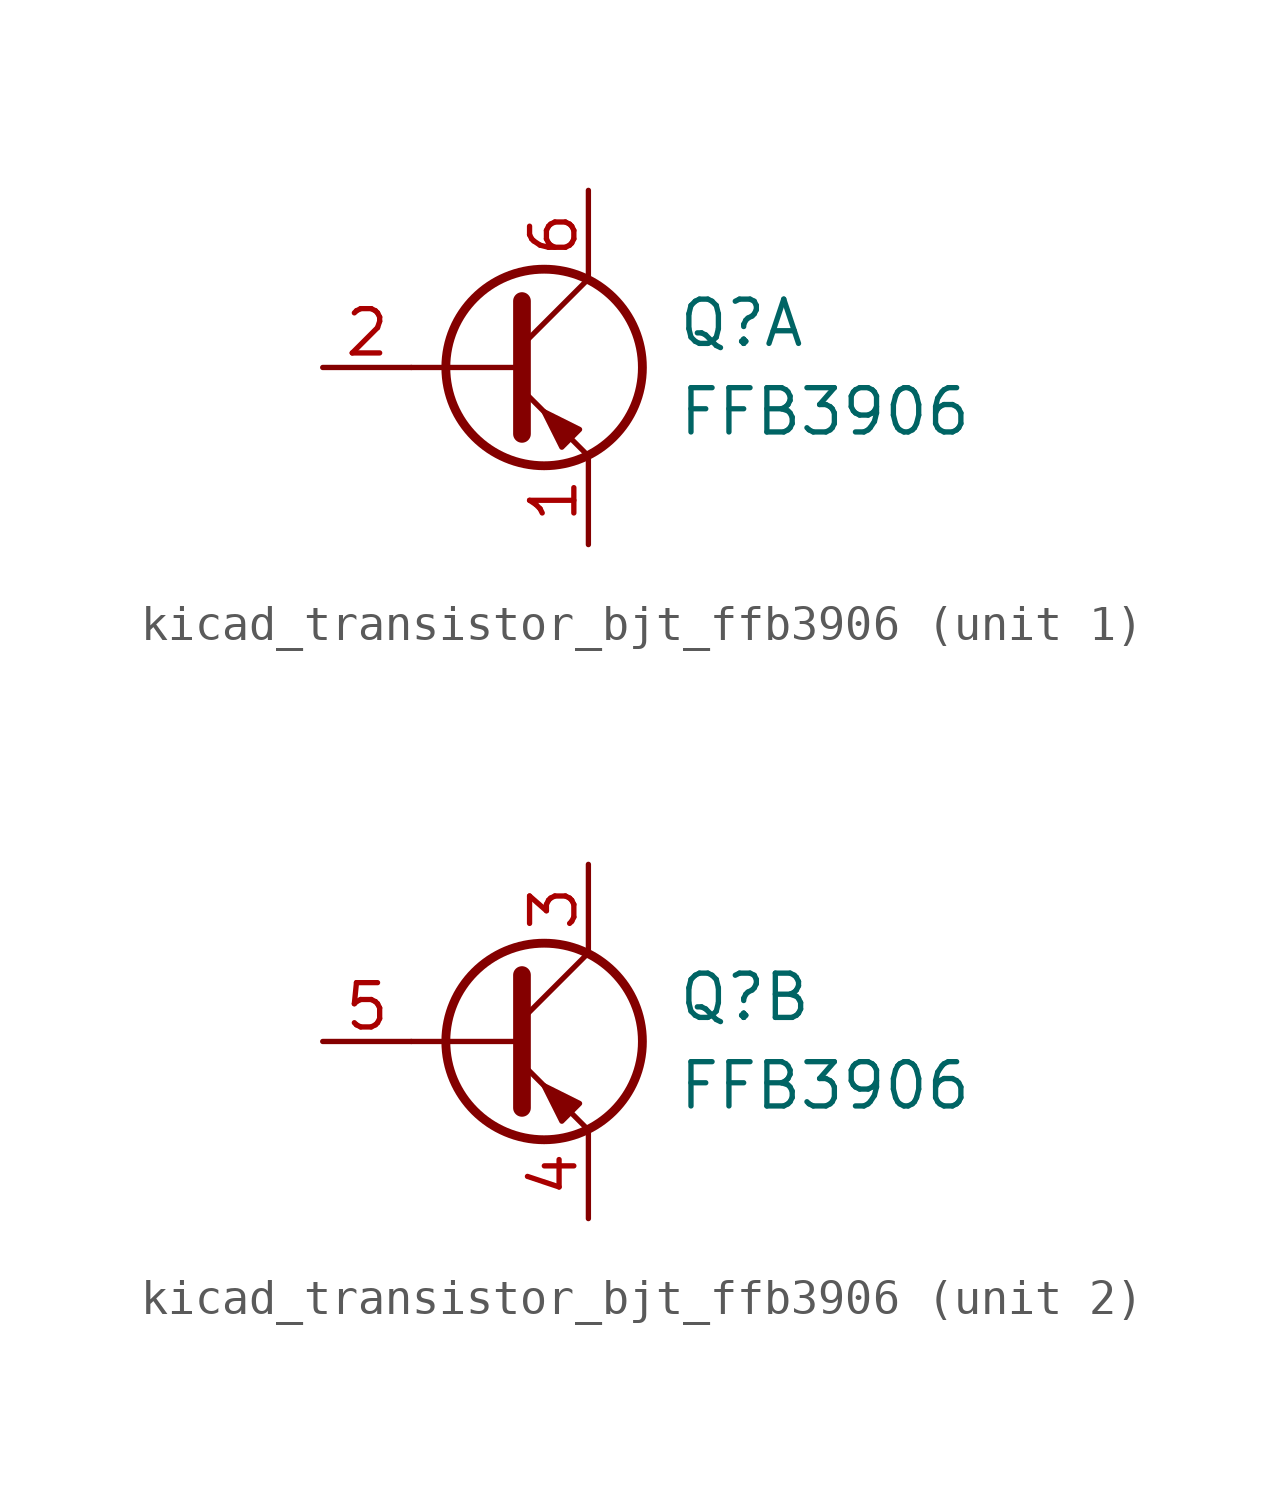
<source format=kicad_sym>
(kicad_symbol_lib
  (version 20220914)
  (generator kicad_symbol_editor)
  (symbol "kicad_transistor_bjt_ffb3906"
    (pin_names
      (offset 0) hide)
    (property "Reference" "Q"
      (at 5.08 1.27 0)
      (effects (font (size 1.27 1.27)) (justify left)))
    (property "Value" "FFB3906"
      (at 5.08 -1.27 0)
      (effects (font (size 1.27 1.27)) (justify left)))
    (property "ki_locked" ""
      (at 0 0 0)
      (effects (font (size 1.27 1.27))))
    (symbol "kicad_transistor_bjt_ffb3906_0_1"
      (polyline (pts (xy 0.635 0) (xy -2.54 0)) (stroke (width 0) (type default)) (fill (type none)))
      (polyline (pts (xy 0.635 0.635) (xy 2.54 2.54)) (stroke (width 0) (type default)) (fill (type none)))
      (polyline (pts (xy 0.635 -0.635) (xy 2.54 -2.54) (xy 2.54 -2.54)) (stroke (width 0) (type default)) (fill (type none)))
      (polyline (pts (xy 0.635 1.905) (xy 0.635 -1.905) (xy 0.635 -1.905)) (stroke (width 0.508) (type default)) (fill (type none)))
      (polyline (pts (xy 2.286 -1.778) (xy 1.778 -2.286) (xy 1.27 -1.27) (xy 2.286 -1.778) (xy 2.286 -1.778)) (stroke (width 0) (type default)) (fill (type outline)))
      (circle (center 1.27 0) (radius 2.819) (stroke (width 0.254) (type default)) (fill (type none))))
    (symbol "kicad_transistor_bjt_ffb3906_1_1"
      (pin passive line (at 2.54 -5.08 90) (length 2.54) (name "E1" (effects (font (size 1.27 1.27)))) (number "1" (effects (font (size 1.27 1.27)))))
      (pin input line (at -5.08 0 0) (length 2.54) (name "B1" (effects (font (size 1.27 1.27)))) (number "2" (effects (font (size 1.27 1.27)))))
      (pin passive line (at 2.54 5.08 270) (length 2.54) (name "C1" (effects (font (size 1.27 1.27)))) (number "6" (effects (font (size 1.27 1.27))))))
    (symbol "kicad_transistor_bjt_ffb3906_2_1"
      (pin passive line (at 2.54 5.08 270) (length 2.54) (name "C2" (effects (font (size 1.27 1.27)))) (number "3" (effects (font (size 1.27 1.27)))))
      (pin passive line (at 2.54 -5.08 90) (length 2.54) (name "E2" (effects (font (size 1.27 1.27)))) (number "4" (effects (font (size 1.27 1.27)))))
      (pin input line (at -5.08 0 0) (length 2.54) (name "B2" (effects (font (size 1.27 1.27)))) (number "5" (effects (font (size 1.27 1.27))))))))
</source>
